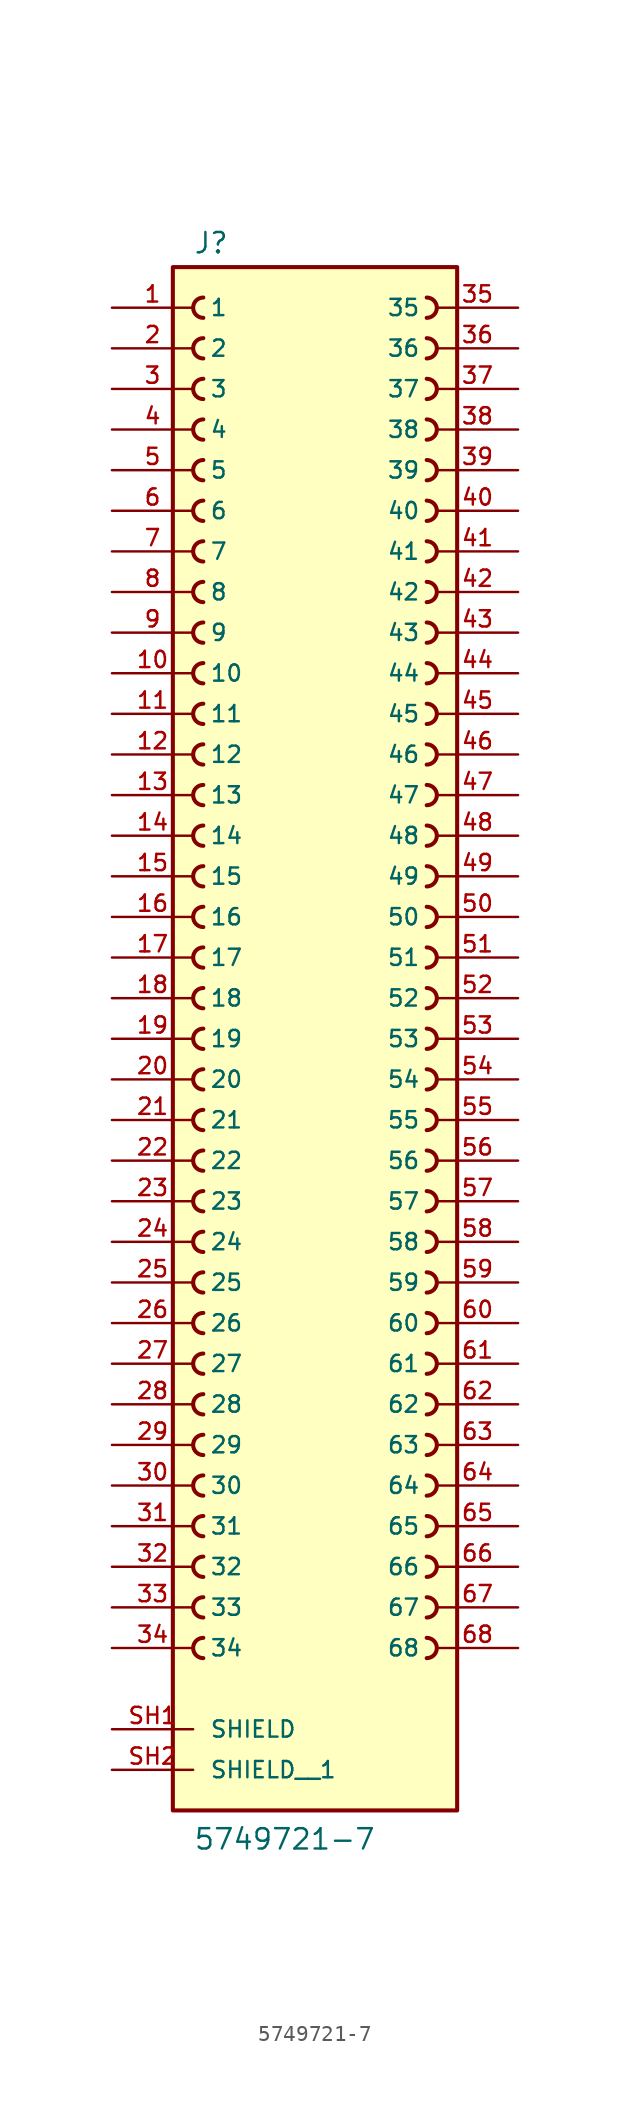
<source format=kicad_sym>
(kicad_symbol_lib
  (version 20211014)
  (generator kicad_symbol_editor)
  (symbol "5749721-7"
    (pin_names
      (offset 1.016))
    (property "Reference" "J"
      (at -7.62 49.022 0)
      (effects (font (size 1.27 1.27)) (justify bottom left)))
    (property "Value" "5749721-7"
      (at -7.62 -50.8 0)
      (effects (font (size 1.27 1.27)) (justify bottom left)))
    (symbol "5749721-7_0_0"
      (arc (start -6.985 23.495) (mid -7.62 22.86) (end -6.985 22.225) (stroke (width 0.254) (type default) (color 0 0 0 0)) (fill (type none)))
      (arc (start -6.985 26.035) (mid -7.62 25.4) (end -6.985 24.765) (stroke (width 0.254) (type default) (color 0 0 0 0)) (fill (type none)))
      (arc (start -6.985 28.575) (mid -7.62 27.94) (end -6.985 27.305) (stroke (width 0.254) (type default) (color 0 0 0 0)) (fill (type none)))
      (arc (start -6.985 31.115) (mid -7.62 30.48) (end -6.985 29.845) (stroke (width 0.254) (type default) (color 0 0 0 0)) (fill (type none)))
      (arc (start -6.985 33.655) (mid -7.62 33.02) (end -6.985 32.385) (stroke (width 0.254) (type default) (color 0 0 0 0)) (fill (type none)))
      (arc (start -6.985 36.195) (mid -7.62 35.56) (end -6.985 34.925) (stroke (width 0.254) (type default) (color 0 0 0 0)) (fill (type none)))
      (arc (start -6.985 38.735) (mid -7.62 38.1) (end -6.985 37.465) (stroke (width 0.254) (type default) (color 0 0 0 0)) (fill (type none)))
      (arc (start -6.985 41.275) (mid -7.62 40.64) (end -6.985 40.005) (stroke (width 0.254) (type default) (color 0 0 0 0)) (fill (type none)))
      (arc (start -6.985 43.815) (mid -7.62 43.18) (end -6.985 42.545) (stroke (width 0.254) (type default) (color 0 0 0 0)) (fill (type none)))
      (arc (start -6.985 46.355) (mid -7.62 45.72) (end -6.985 45.085) (stroke (width 0.254) (type default) (color 0 0 0 0)) (fill (type none)))
      (arc (start -6.985 -1.905) (mid -7.62 -2.54) (end -6.985 -3.175) (stroke (width 0.254) (type default) (color 0 0 0 0)) (fill (type none)))
      (arc (start -6.985 0.635) (mid -7.62 -0.0) (end -6.985 -0.635) (stroke (width 0.254) (type default) (color 0 0 0 0)) (fill (type none)))
      (arc (start -6.985 3.175) (mid -7.62 2.54) (end -6.985 1.905) (stroke (width 0.254) (type default) (color 0 0 0 0)) (fill (type none)))
      (arc (start -6.985 5.715) (mid -7.62 5.08) (end -6.985 4.445) (stroke (width 0.254) (type default) (color 0 0 0 0)) (fill (type none)))
      (arc (start -6.985 8.255) (mid -7.62 7.62) (end -6.985 6.985) (stroke (width 0.254) (type default) (color 0 0 0 0)) (fill (type none)))
      (arc (start -6.985 10.795) (mid -7.62 10.16) (end -6.985 9.525) (stroke (width 0.254) (type default) (color 0 0 0 0)) (fill (type none)))
      (arc (start -6.985 13.335) (mid -7.62 12.7) (end -6.985 12.065) (stroke (width 0.254) (type default) (color 0 0 0 0)) (fill (type none)))
      (arc (start -6.985 15.875) (mid -7.62 15.24) (end -6.985 14.605) (stroke (width 0.254) (type default) (color 0 0 0 0)) (fill (type none)))
      (arc (start -6.985 18.415) (mid -7.62 17.78) (end -6.985 17.145) (stroke (width 0.254) (type default) (color 0 0 0 0)) (fill (type none)))
      (arc (start -6.985 20.955) (mid -7.62 20.32) (end -6.985 19.685) (stroke (width 0.254) (type default) (color 0 0 0 0)) (fill (type none)))
      (arc (start -6.985 -27.305) (mid -7.62 -27.94) (end -6.985 -28.575) (stroke (width 0.254) (type default) (color 0 0 0 0)) (fill (type none)))
      (arc (start -6.985 -24.765) (mid -7.62 -25.4) (end -6.985 -26.035) (stroke (width 0.254) (type default) (color 0 0 0 0)) (fill (type none)))
      (arc (start -6.985 -22.225) (mid -7.62 -22.86) (end -6.985 -23.495) (stroke (width 0.254) (type default) (color 0 0 0 0)) (fill (type none)))
      (arc (start -6.985 -19.685) (mid -7.62 -20.32) (end -6.985 -20.955) (stroke (width 0.254) (type default) (color 0 0 0 0)) (fill (type none)))
      (arc (start -6.985 -17.145) (mid -7.62 -17.78) (end -6.985 -18.415) (stroke (width 0.254) (type default) (color 0 0 0 0)) (fill (type none)))
      (arc (start -6.985 -14.605) (mid -7.62 -15.24) (end -6.985 -15.875) (stroke (width 0.254) (type default) (color 0 0 0 0)) (fill (type none)))
      (arc (start -6.985 -12.065) (mid -7.62 -12.7) (end -6.985 -13.335) (stroke (width 0.254) (type default) (color 0 0 0 0)) (fill (type none)))
      (arc (start -6.985 -9.525) (mid -7.62 -10.16) (end -6.985 -10.795) (stroke (width 0.254) (type default) (color 0 0 0 0)) (fill (type none)))
      (arc (start -6.985 -6.985) (mid -7.62 -7.62) (end -6.985 -8.255) (stroke (width 0.254) (type default) (color 0 0 0 0)) (fill (type none)))
      (arc (start -6.985 -4.445) (mid -7.62 -5.08) (end -6.985 -5.715) (stroke (width 0.254) (type default) (color 0 0 0 0)) (fill (type none)))
      (arc (start -6.985 -37.465) (mid -7.62 -38.1) (end -6.985 -38.735) (stroke (width 0.254) (type default) (color 0 0 0 0)) (fill (type none)))
      (arc (start -6.985 -34.925) (mid -7.62 -35.56) (end -6.985 -36.195) (stroke (width 0.254) (type default) (color 0 0 0 0)) (fill (type none)))
      (arc (start -6.985 -32.385) (mid -7.62 -33.02) (end -6.985 -33.655) (stroke (width 0.254) (type default) (color 0 0 0 0)) (fill (type none)))
      (arc (start -6.985 -29.845) (mid -7.62 -30.48) (end -6.985 -31.115) (stroke (width 0.254) (type default) (color 0 0 0 0)) (fill (type none)))
      (arc (start 6.985 23.495) (mid 7.62 22.86) (end 6.985 22.225) (stroke (width 0.254) (type default) (color 0 0 0 0)) (fill (type none)))
      (arc (start 6.985 26.035) (mid 7.62 25.4) (end 6.985 24.765) (stroke (width 0.254) (type default) (color 0 0 0 0)) (fill (type none)))
      (arc (start 6.985 28.575) (mid 7.62 27.94) (end 6.985 27.305) (stroke (width 0.254) (type default) (color 0 0 0 0)) (fill (type none)))
      (arc (start 6.985 31.115) (mid 7.62 30.48) (end 6.985 29.845) (stroke (width 0.254) (type default) (color 0 0 0 0)) (fill (type none)))
      (arc (start 6.985 33.655) (mid 7.62 33.02) (end 6.985 32.385) (stroke (width 0.254) (type default) (color 0 0 0 0)) (fill (type none)))
      (arc (start 6.985 36.195) (mid 7.62 35.56) (end 6.985 34.925) (stroke (width 0.254) (type default) (color 0 0 0 0)) (fill (type none)))
      (arc (start 6.985 38.735) (mid 7.62 38.1) (end 6.985 37.465) (stroke (width 0.254) (type default) (color 0 0 0 0)) (fill (type none)))
      (arc (start 6.985 41.275) (mid 7.62 40.64) (end 6.985 40.005) (stroke (width 0.254) (type default) (color 0 0 0 0)) (fill (type none)))
      (arc (start 6.985 43.815) (mid 7.62 43.18) (end 6.985 42.545) (stroke (width 0.254) (type default) (color 0 0 0 0)) (fill (type none)))
      (arc (start 6.985 46.355) (mid 7.62 45.72) (end 6.985 45.085) (stroke (width 0.254) (type default) (color 0 0 0 0)) (fill (type none)))
      (arc (start 6.985 -1.905) (mid 7.62 -2.54) (end 6.985 -3.175) (stroke (width 0.254) (type default) (color 0 0 0 0)) (fill (type none)))
      (arc (start 6.985 0.635) (mid 7.62 -0.0) (end 6.985 -0.635) (stroke (width 0.254) (type default) (color 0 0 0 0)) (fill (type none)))
      (arc (start 6.985 3.175) (mid 7.62 2.54) (end 6.985 1.905) (stroke (width 0.254) (type default) (color 0 0 0 0)) (fill (type none)))
      (arc (start 6.985 5.715) (mid 7.62 5.08) (end 6.985 4.445) (stroke (width 0.254) (type default) (color 0 0 0 0)) (fill (type none)))
      (arc (start 6.985 8.255) (mid 7.62 7.62) (end 6.985 6.985) (stroke (width 0.254) (type default) (color 0 0 0 0)) (fill (type none)))
      (arc (start 6.985 10.795) (mid 7.62 10.16) (end 6.985 9.525) (stroke (width 0.254) (type default) (color 0 0 0 0)) (fill (type none)))
      (arc (start 6.985 13.335) (mid 7.62 12.7) (end 6.985 12.065) (stroke (width 0.254) (type default) (color 0 0 0 0)) (fill (type none)))
      (arc (start 6.985 15.875) (mid 7.62 15.24) (end 6.985 14.605) (stroke (width 0.254) (type default) (color 0 0 0 0)) (fill (type none)))
      (arc (start 6.985 18.415) (mid 7.62 17.78) (end 6.985 17.145) (stroke (width 0.254) (type default) (color 0 0 0 0)) (fill (type none)))
      (arc (start 6.985 20.955) (mid 7.62 20.32) (end 6.985 19.685) (stroke (width 0.254) (type default) (color 0 0 0 0)) (fill (type none)))
      (arc (start 6.985 -27.305) (mid 7.62 -27.94) (end 6.985 -28.575) (stroke (width 0.254) (type default) (color 0 0 0 0)) (fill (type none)))
      (arc (start 6.985 -24.765) (mid 7.62 -25.4) (end 6.985 -26.035) (stroke (width 0.254) (type default) (color 0 0 0 0)) (fill (type none)))
      (arc (start 6.985 -22.225) (mid 7.62 -22.86) (end 6.985 -23.495) (stroke (width 0.254) (type default) (color 0 0 0 0)) (fill (type none)))
      (arc (start 6.985 -19.685) (mid 7.62 -20.32) (end 6.985 -20.955) (stroke (width 0.254) (type default) (color 0 0 0 0)) (fill (type none)))
      (arc (start 6.985 -17.145) (mid 7.62 -17.78) (end 6.985 -18.415) (stroke (width 0.254) (type default) (color 0 0 0 0)) (fill (type none)))
      (arc (start 6.985 -14.605) (mid 7.62 -15.24) (end 6.985 -15.875) (stroke (width 0.254) (type default) (color 0 0 0 0)) (fill (type none)))
      (arc (start 6.985 -12.065) (mid 7.62 -12.7) (end 6.985 -13.335) (stroke (width 0.254) (type default) (color 0 0 0 0)) (fill (type none)))
      (arc (start 6.985 -9.525) (mid 7.62 -10.16) (end 6.985 -10.795) (stroke (width 0.254) (type default) (color 0 0 0 0)) (fill (type none)))
      (arc (start 6.985 -6.985) (mid 7.62 -7.62) (end 6.985 -8.255) (stroke (width 0.254) (type default) (color 0 0 0 0)) (fill (type none)))
      (arc (start 6.985 -4.445) (mid 7.62 -5.08) (end 6.985 -5.715) (stroke (width 0.254) (type default) (color 0 0 0 0)) (fill (type none)))
      (arc (start 6.985 -37.465) (mid 7.62 -38.1) (end 6.985 -38.735) (stroke (width 0.254) (type default) (color 0 0 0 0)) (fill (type none)))
      (arc (start 6.985 -34.925) (mid 7.62 -35.56) (end 6.985 -36.195) (stroke (width 0.254) (type default) (color 0 0 0 0)) (fill (type none)))
      (arc (start 6.985 -32.385) (mid 7.62 -33.02) (end 6.985 -33.655) (stroke (width 0.254) (type default) (color 0 0 0 0)) (fill (type none)))
      (arc (start 6.985 -29.845) (mid 7.62 -30.48) (end 6.985 -31.115) (stroke (width 0.254) (type default) (color 0 0 0 0)) (fill (type none)))
      (rectangle (start -8.89 -48.26) (end 8.89 48.26) (stroke (width 0.254)) (fill (type background)))
      (pin passive line (at -12.7 45.72 0) (length 5.08) (name "1" (effects (font (size 1.016 1.016)))) (number "1" (effects (font (size 1.016 1.016)))))
      (pin passive line (at -12.7 43.18 0) (length 5.08) (name "2" (effects (font (size 1.016 1.016)))) (number "2" (effects (font (size 1.016 1.016)))))
      (pin passive line (at -12.7 40.64 0) (length 5.08) (name "3" (effects (font (size 1.016 1.016)))) (number "3" (effects (font (size 1.016 1.016)))))
      (pin passive line (at -12.7 38.1 0) (length 5.08) (name "4" (effects (font (size 1.016 1.016)))) (number "4" (effects (font (size 1.016 1.016)))))
      (pin passive line (at -12.7 35.56 0) (length 5.08) (name "5" (effects (font (size 1.016 1.016)))) (number "5" (effects (font (size 1.016 1.016)))))
      (pin passive line (at -12.7 33.02 0) (length 5.08) (name "6" (effects (font (size 1.016 1.016)))) (number "6" (effects (font (size 1.016 1.016)))))
      (pin passive line (at -12.7 30.48 0) (length 5.08) (name "7" (effects (font (size 1.016 1.016)))) (number "7" (effects (font (size 1.016 1.016)))))
      (pin passive line (at -12.7 27.94 0) (length 5.08) (name "8" (effects (font (size 1.016 1.016)))) (number "8" (effects (font (size 1.016 1.016)))))
      (pin passive line (at -12.7 25.4 0) (length 5.08) (name "9" (effects (font (size 1.016 1.016)))) (number "9" (effects (font (size 1.016 1.016)))))
      (pin passive line (at -12.7 22.86 0) (length 5.08) (name "10" (effects (font (size 1.016 1.016)))) (number "10" (effects (font (size 1.016 1.016)))))
      (pin passive line (at -12.7 20.32 0) (length 5.08) (name "11" (effects (font (size 1.016 1.016)))) (number "11" (effects (font (size 1.016 1.016)))))
      (pin passive line (at -12.7 17.78 0) (length 5.08) (name "12" (effects (font (size 1.016 1.016)))) (number "12" (effects (font (size 1.016 1.016)))))
      (pin passive line (at -12.7 15.24 0) (length 5.08) (name "13" (effects (font (size 1.016 1.016)))) (number "13" (effects (font (size 1.016 1.016)))))
      (pin passive line (at -12.7 12.7 0) (length 5.08) (name "14" (effects (font (size 1.016 1.016)))) (number "14" (effects (font (size 1.016 1.016)))))
      (pin passive line (at -12.7 10.16 0) (length 5.08) (name "15" (effects (font (size 1.016 1.016)))) (number "15" (effects (font (size 1.016 1.016)))))
      (pin passive line (at -12.7 7.62 0) (length 5.08) (name "16" (effects (font (size 1.016 1.016)))) (number "16" (effects (font (size 1.016 1.016)))))
      (pin passive line (at -12.7 5.08 0) (length 5.08) (name "17" (effects (font (size 1.016 1.016)))) (number "17" (effects (font (size 1.016 1.016)))))
      (pin passive line (at -12.7 2.54 0) (length 5.08) (name "18" (effects (font (size 1.016 1.016)))) (number "18" (effects (font (size 1.016 1.016)))))
      (pin passive line (at -12.7 0.0 0) (length 5.08) (name "19" (effects (font (size 1.016 1.016)))) (number "19" (effects (font (size 1.016 1.016)))))
      (pin passive line (at -12.7 -2.54 0) (length 5.08) (name "20" (effects (font (size 1.016 1.016)))) (number "20" (effects (font (size 1.016 1.016)))))
      (pin passive line (at -12.7 -5.08 0) (length 5.08) (name "21" (effects (font (size 1.016 1.016)))) (number "21" (effects (font (size 1.016 1.016)))))
      (pin passive line (at -12.7 -7.62 0) (length 5.08) (name "22" (effects (font (size 1.016 1.016)))) (number "22" (effects (font (size 1.016 1.016)))))
      (pin passive line (at -12.7 -10.16 0) (length 5.08) (name "23" (effects (font (size 1.016 1.016)))) (number "23" (effects (font (size 1.016 1.016)))))
      (pin passive line (at -12.7 -12.7 0) (length 5.08) (name "24" (effects (font (size 1.016 1.016)))) (number "24" (effects (font (size 1.016 1.016)))))
      (pin passive line (at -12.7 -15.24 0) (length 5.08) (name "25" (effects (font (size 1.016 1.016)))) (number "25" (effects (font (size 1.016 1.016)))))
      (pin passive line (at -12.7 -17.78 0) (length 5.08) (name "26" (effects (font (size 1.016 1.016)))) (number "26" (effects (font (size 1.016 1.016)))))
      (pin passive line (at -12.7 -20.32 0) (length 5.08) (name "27" (effects (font (size 1.016 1.016)))) (number "27" (effects (font (size 1.016 1.016)))))
      (pin passive line (at -12.7 -22.86 0) (length 5.08) (name "28" (effects (font (size 1.016 1.016)))) (number "28" (effects (font (size 1.016 1.016)))))
      (pin passive line (at -12.7 -25.4 0) (length 5.08) (name "29" (effects (font (size 1.016 1.016)))) (number "29" (effects (font (size 1.016 1.016)))))
      (pin passive line (at -12.7 -27.94 0) (length 5.08) (name "30" (effects (font (size 1.016 1.016)))) (number "30" (effects (font (size 1.016 1.016)))))
      (pin passive line (at -12.7 -30.48 0) (length 5.08) (name "31" (effects (font (size 1.016 1.016)))) (number "31" (effects (font (size 1.016 1.016)))))
      (pin passive line (at -12.7 -33.02 0) (length 5.08) (name "32" (effects (font (size 1.016 1.016)))) (number "32" (effects (font (size 1.016 1.016)))))
      (pin passive line (at -12.7 -35.56 0) (length 5.08) (name "33" (effects (font (size 1.016 1.016)))) (number "33" (effects (font (size 1.016 1.016)))))
      (pin passive line (at -12.7 -38.1 0) (length 5.08) (name "34" (effects (font (size 1.016 1.016)))) (number "34" (effects (font (size 1.016 1.016)))))
      (pin passive line (at 12.7 45.72 180.0) (length 5.08) (name "35" (effects (font (size 1.016 1.016)))) (number "35" (effects (font (size 1.016 1.016)))))
      (pin passive line (at 12.7 43.18 180.0) (length 5.08) (name "36" (effects (font (size 1.016 1.016)))) (number "36" (effects (font (size 1.016 1.016)))))
      (pin passive line (at 12.7 40.64 180.0) (length 5.08) (name "37" (effects (font (size 1.016 1.016)))) (number "37" (effects (font (size 1.016 1.016)))))
      (pin passive line (at 12.7 38.1 180.0) (length 5.08) (name "38" (effects (font (size 1.016 1.016)))) (number "38" (effects (font (size 1.016 1.016)))))
      (pin passive line (at 12.7 35.56 180.0) (length 5.08) (name "39" (effects (font (size 1.016 1.016)))) (number "39" (effects (font (size 1.016 1.016)))))
      (pin passive line (at 12.7 33.02 180.0) (length 5.08) (name "40" (effects (font (size 1.016 1.016)))) (number "40" (effects (font (size 1.016 1.016)))))
      (pin passive line (at 12.7 30.48 180.0) (length 5.08) (name "41" (effects (font (size 1.016 1.016)))) (number "41" (effects (font (size 1.016 1.016)))))
      (pin passive line (at 12.7 27.94 180.0) (length 5.08) (name "42" (effects (font (size 1.016 1.016)))) (number "42" (effects (font (size 1.016 1.016)))))
      (pin passive line (at 12.7 25.4 180.0) (length 5.08) (name "43" (effects (font (size 1.016 1.016)))) (number "43" (effects (font (size 1.016 1.016)))))
      (pin passive line (at 12.7 22.86 180.0) (length 5.08) (name "44" (effects (font (size 1.016 1.016)))) (number "44" (effects (font (size 1.016 1.016)))))
      (pin passive line (at 12.7 20.32 180.0) (length 5.08) (name "45" (effects (font (size 1.016 1.016)))) (number "45" (effects (font (size 1.016 1.016)))))
      (pin passive line (at 12.7 17.78 180.0) (length 5.08) (name "46" (effects (font (size 1.016 1.016)))) (number "46" (effects (font (size 1.016 1.016)))))
      (pin passive line (at 12.7 15.24 180.0) (length 5.08) (name "47" (effects (font (size 1.016 1.016)))) (number "47" (effects (font (size 1.016 1.016)))))
      (pin passive line (at 12.7 12.7 180.0) (length 5.08) (name "48" (effects (font (size 1.016 1.016)))) (number "48" (effects (font (size 1.016 1.016)))))
      (pin passive line (at 12.7 10.16 180.0) (length 5.08) (name "49" (effects (font (size 1.016 1.016)))) (number "49" (effects (font (size 1.016 1.016)))))
      (pin passive line (at 12.7 7.62 180.0) (length 5.08) (name "50" (effects (font (size 1.016 1.016)))) (number "50" (effects (font (size 1.016 1.016)))))
      (pin passive line (at 12.7 5.08 180.0) (length 5.08) (name "51" (effects (font (size 1.016 1.016)))) (number "51" (effects (font (size 1.016 1.016)))))
      (pin passive line (at 12.7 2.54 180.0) (length 5.08) (name "52" (effects (font (size 1.016 1.016)))) (number "52" (effects (font (size 1.016 1.016)))))
      (pin passive line (at 12.7 0.0 180.0) (length 5.08) (name "53" (effects (font (size 1.016 1.016)))) (number "53" (effects (font (size 1.016 1.016)))))
      (pin passive line (at 12.7 -2.54 180.0) (length 5.08) (name "54" (effects (font (size 1.016 1.016)))) (number "54" (effects (font (size 1.016 1.016)))))
      (pin passive line (at 12.7 -5.08 180.0) (length 5.08) (name "55" (effects (font (size 1.016 1.016)))) (number "55" (effects (font (size 1.016 1.016)))))
      (pin passive line (at 12.7 -7.62 180.0) (length 5.08) (name "56" (effects (font (size 1.016 1.016)))) (number "56" (effects (font (size 1.016 1.016)))))
      (pin passive line (at 12.7 -10.16 180.0) (length 5.08) (name "57" (effects (font (size 1.016 1.016)))) (number "57" (effects (font (size 1.016 1.016)))))
      (pin passive line (at 12.7 -12.7 180.0) (length 5.08) (name "58" (effects (font (size 1.016 1.016)))) (number "58" (effects (font (size 1.016 1.016)))))
      (pin passive line (at 12.7 -15.24 180.0) (length 5.08) (name "59" (effects (font (size 1.016 1.016)))) (number "59" (effects (font (size 1.016 1.016)))))
      (pin passive line (at 12.7 -17.78 180.0) (length 5.08) (name "60" (effects (font (size 1.016 1.016)))) (number "60" (effects (font (size 1.016 1.016)))))
      (pin passive line (at 12.7 -20.32 180.0) (length 5.08) (name "61" (effects (font (size 1.016 1.016)))) (number "61" (effects (font (size 1.016 1.016)))))
      (pin passive line (at 12.7 -22.86 180.0) (length 5.08) (name "62" (effects (font (size 1.016 1.016)))) (number "62" (effects (font (size 1.016 1.016)))))
      (pin passive line (at 12.7 -25.4 180.0) (length 5.08) (name "63" (effects (font (size 1.016 1.016)))) (number "63" (effects (font (size 1.016 1.016)))))
      (pin passive line (at 12.7 -27.94 180.0) (length 5.08) (name "64" (effects (font (size 1.016 1.016)))) (number "64" (effects (font (size 1.016 1.016)))))
      (pin passive line (at 12.7 -30.48 180.0) (length 5.08) (name "65" (effects (font (size 1.016 1.016)))) (number "65" (effects (font (size 1.016 1.016)))))
      (pin passive line (at 12.7 -33.02 180.0) (length 5.08) (name "66" (effects (font (size 1.016 1.016)))) (number "66" (effects (font (size 1.016 1.016)))))
      (pin passive line (at 12.7 -35.56 180.0) (length 5.08) (name "67" (effects (font (size 1.016 1.016)))) (number "67" (effects (font (size 1.016 1.016)))))
      (pin passive line (at 12.7 -38.1 180.0) (length 5.08) (name "68" (effects (font (size 1.016 1.016)))) (number "68" (effects (font (size 1.016 1.016)))))
      (pin passive line (at -12.7 -43.18 0) (length 5.08) (name "SHIELD" (effects (font (size 1.016 1.016)))) (number "SH1" (effects (font (size 1.016 1.016)))))
      (pin passive line (at -12.7 -45.72 0) (length 5.08) (name "SHIELD__1" (effects (font (size 1.016 1.016)))) (number "SH2" (effects (font (size 1.016 1.016))))))))
</source>
